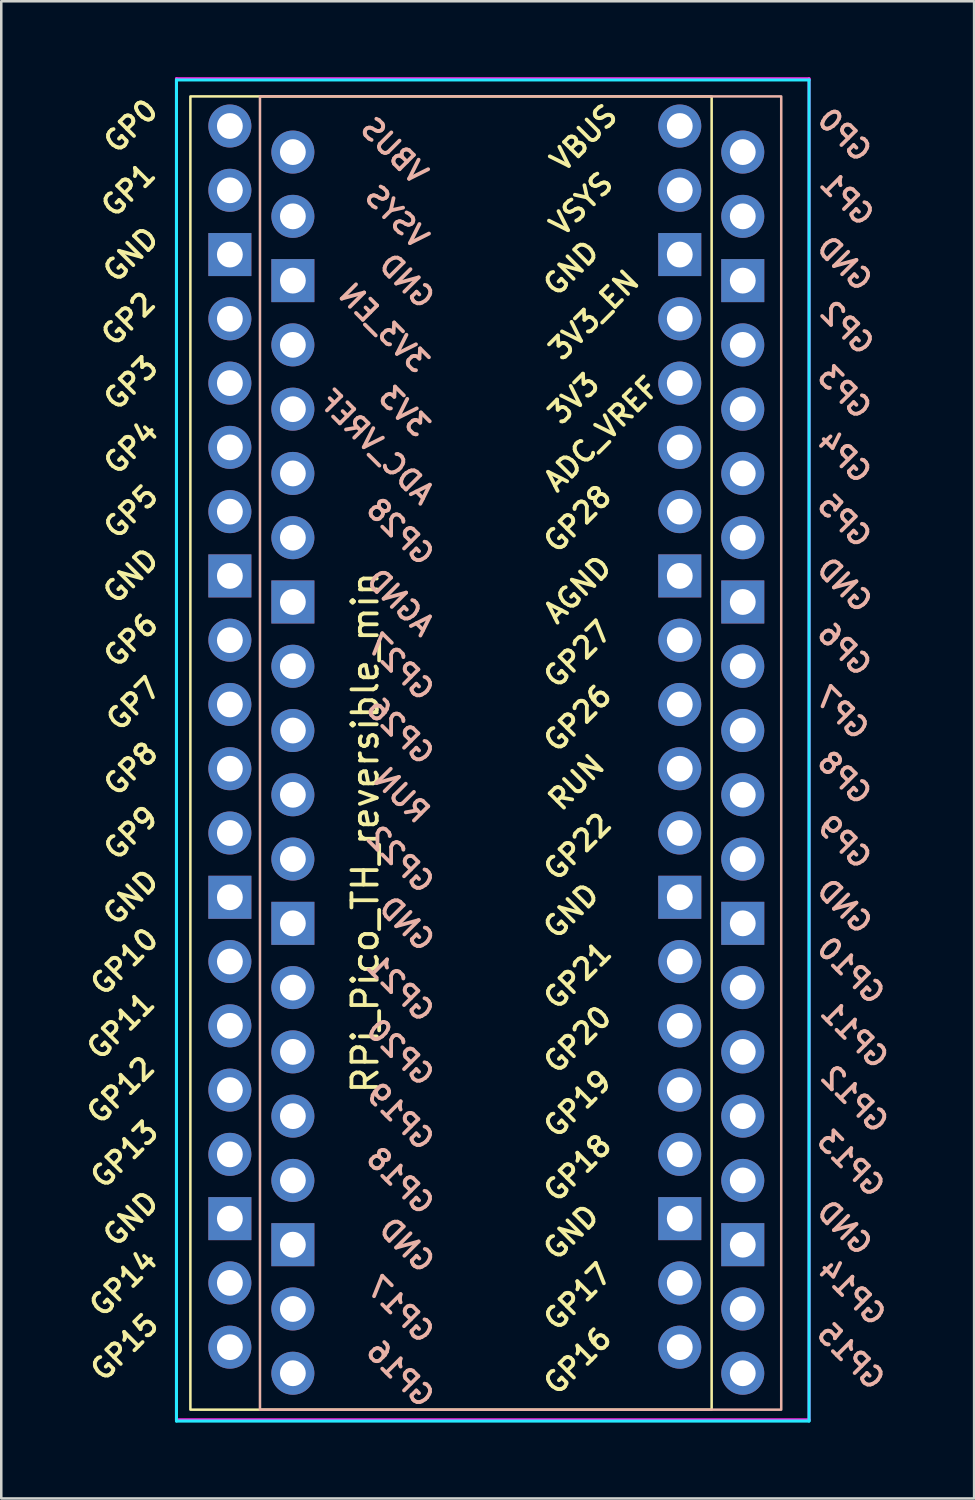
<source format=kicad_pcb>
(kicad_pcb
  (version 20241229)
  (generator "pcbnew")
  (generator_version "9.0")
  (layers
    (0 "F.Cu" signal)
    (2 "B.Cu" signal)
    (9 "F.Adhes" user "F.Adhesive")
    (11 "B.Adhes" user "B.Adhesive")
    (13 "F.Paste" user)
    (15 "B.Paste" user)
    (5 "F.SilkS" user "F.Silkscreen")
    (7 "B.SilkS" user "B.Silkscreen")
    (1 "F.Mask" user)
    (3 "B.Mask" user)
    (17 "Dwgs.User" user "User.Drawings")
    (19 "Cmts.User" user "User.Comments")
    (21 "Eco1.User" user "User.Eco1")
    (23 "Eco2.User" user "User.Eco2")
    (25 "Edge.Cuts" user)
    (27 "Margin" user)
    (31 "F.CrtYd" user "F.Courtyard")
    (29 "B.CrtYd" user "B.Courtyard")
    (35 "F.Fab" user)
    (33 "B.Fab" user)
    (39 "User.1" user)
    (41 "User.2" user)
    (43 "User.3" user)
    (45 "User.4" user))
  (footprint "RPi_Pico_TH_reversible_min"
    (layer "F.Cu")
    (at 14.924 26.06)
    (property "Reference" "RPi_Pico_TH_reversible_min" (at -3.54 3.8 90) (layer "F.SilkS") (effects (font (size 1 1) (thickness 0.15))))
    (attr through_hole)
    (fp_rect (start -10.45 -25.3) (end 10.15 26.6) (stroke (width 0.1) (type default)) (fill no) (layer "F.SilkS"))
    (fp_rect (start -7.7 -25.3) (end 12.9 26.6) (stroke (width 0.1) (type default)) (fill no) (layer "B.SilkS"))
    (fp_line (start -11 -25.95) (end 14 -25.95) (stroke (width 0.12) (type solid)) (layer "B.CrtYd"))
    (fp_line (start -11 27.05) (end -11 -25.95) (stroke (width 0.12) (type solid)) (layer "B.CrtYd"))
    (fp_line (start 14 27.05) (end -11 27.05) (stroke (width 0.12) (type solid)) (layer "B.CrtYd"))
    (fp_line (start 14 27.05) (end 14 -25.95) (stroke (width 0.12) (type solid)) (layer "B.CrtYd"))
    (fp_line (start -11 -26) (end 14 -26) (stroke (width 0.12) (type solid)) (layer "F.CrtYd"))
    (fp_line (start -11 27) (end -11 -26) (stroke (width 0.12) (type solid)) (layer "F.CrtYd"))
    (fp_line (start 14 27) (end -11 27) (stroke (width 0.12) (type solid)) (layer "F.CrtYd"))
    (fp_line (start 14 27) (end 14 -26) (stroke (width 0.12) (type solid)) (layer "F.CrtYd"))
    (fp_text user "GP8" (at -12.8 1.27 45) (layer "F.SilkS") (effects (font (size 0.8 0.8) (thickness 0.15))))
    (fp_text user "GP6" (at -12.8 -3.81 45) (layer "F.SilkS") (effects (font (size 0.8 0.8) (thickness 0.15))))
    (fp_text user "GP11" (at -13.2 11.43 45) (layer "F.SilkS") (effects (font (size 0.8 0.8) (thickness 0.15))))
    (fp_text user "GP22" (at 4.854 4.35 45) (layer "F.SilkS") (effects (font (size 0.8 0.8) (thickness 0.15))))
    (fp_text user "GP9" (at -12.8 3.81 45) (layer "F.SilkS") (effects (font (size 0.8 0.8) (thickness 0.15))))
    (fp_text user "GND" (at -12.8 6.35 45) (layer "F.SilkS") (effects (font (size 0.8 0.8) (thickness 0.15))))
    (fp_text user "VSYS" (at 5 -21.05 45) (layer "F.SilkS") (effects (font (size 0.8 0.8) (thickness 0.15))))
    (fp_text user "3V3" (at 4.7 -13.36 45) (layer "F.SilkS") (effects (font (size 0.8 0.8) (thickness 0.15))))
    (fp_text user "GP27" (at 4.854 -3.26 45) (layer "F.SilkS") (effects (font (size 0.8 0.8) (thickness 0.15))))
    (fp_text user "GP20" (at 4.854 11.97 45) (layer "F.SilkS") (effects (font (size 0.8 0.8) (thickness 0.15))))
    (fp_text user "GND" (at -12.8 -6.35 45) (layer "F.SilkS") (effects (font (size 0.8 0.8) (thickness 0.15))))
    (fp_text user "GP7" (at -12.7 -1.3 45) (layer "F.SilkS") (effects (font (size 0.8 0.8) (thickness 0.15))))
    (fp_text user "GP13" (at -13.054 16.51 45) (layer "F.SilkS") (effects (font (size 0.8 0.8) (thickness 0.15))))
    (fp_text user "3V3_EN" (at 5.5 -16.66 45) (layer "F.SilkS") (effects (font (size 0.8 0.8) (thickness 0.15))))
    (fp_text user "GND" (at 4.6 -18.51 45) (layer "F.SilkS") (effects (font (size 0.8 0.8) (thickness 0.15))))
    (fp_text user "ADC_VREF" (at 5.8 -11.96 45) (layer "F.SilkS") (effects (font (size 0.8 0.8) (thickness 0.15))))
    (fp_text user "GP19" (at 4.854 14.51 45) (layer "F.SilkS") (effects (font (size 0.8 0.8) (thickness 0.15))))
    (fp_text user "GP10" (at -13.054 8.89 45) (layer "F.SilkS") (effects (font (size 0.8 0.8) (thickness 0.15))))
    (fp_text user "AGND" (at 4.854 -5.81 45) (layer "F.SilkS") (effects (font (size 0.8 0.8) (thickness 0.15))))
    (fp_text user "RUN" (at 4.8 1.81 45) (layer "F.SilkS") (effects (font (size 0.8 0.8) (thickness 0.15))))
    (fp_text user "GP28" (at 4.854 -8.604 45) (layer "F.SilkS") (effects (font (size 0.8 0.8) (thickness 0.15))))
    (fp_text user "GP18" (at 4.854 17.05 45) (layer "F.SilkS") (effects (font (size 0.8 0.8) (thickness 0.15))))
    (fp_text user "GP15" (at -13.054 24.13 45) (layer "F.SilkS") (effects (font (size 0.8 0.8) (thickness 0.15))))
    (fp_text user "GP12" (at -13.2 13.97 45) (layer "F.SilkS") (effects (font (size 0.8 0.8) (thickness 0.15))))
    (fp_text user "GP21" (at 4.854 9.44 45) (layer "F.SilkS") (effects (font (size 0.8 0.8) (thickness 0.15))))
    (fp_text user "GP4" (at -12.8 -11.43 45) (layer "F.SilkS") (effects (font (size 0.8 0.8) (thickness 0.15))))
    (fp_text user "GND" (at -12.8 -19.05 45) (layer "F.SilkS") (effects (font (size 0.8 0.8) (thickness 0.15))))
    (fp_text user "GP0" (at -12.8 -24.13 45) (layer "F.SilkS") (effects (font (size 0.8 0.8) (thickness 0.15))))
    (fp_text user "GP17" (at 4.854 22.13 45) (layer "F.SilkS") (effects (font (size 0.8 0.8) (thickness 0.15))))
    (fp_text user "GP1" (at -12.9 -21.6 45) (layer "F.SilkS") (effects (font (size 0.8 0.8) (thickness 0.15))))
    (fp_text user "GP26" (at 4.854 -0.73 45) (layer "F.SilkS") (effects (font (size 0.8 0.8) (thickness 0.15))))
    (fp_text user "VBUS" (at 5.1 -23.66 45) (layer "F.SilkS") (effects (font (size 0.8 0.8) (thickness 0.15))))
    (fp_text user "GP14" (at -13.1 21.59 45) (layer "F.SilkS") (effects (font (size 0.8 0.8) (thickness 0.15))))
    (fp_text user "GND" (at -12.8 19.05 45) (layer "F.SilkS") (effects (font (size 0.8 0.8) (thickness 0.15))))
    (fp_text user "GP2" (at -12.9 -16.51 45) (layer "F.SilkS") (effects (font (size 0.8 0.8) (thickness 0.15))))
    (fp_text user "GND" (at 4.6 19.59 45) (layer "F.SilkS") (effects (font (size 0.8 0.8) (thickness 0.15))))
    (fp_text user "GP3" (at -12.8 -13.97 45) (layer "F.SilkS") (effects (font (size 0.8 0.8) (thickness 0.15))))
    (fp_text user "GP5" (at -12.8 -8.89 45) (layer "F.SilkS") (effects (font (size 0.8 0.8) (thickness 0.15))))
    (fp_text user "GND" (at 4.6 6.89 45) (layer "F.SilkS") (effects (font (size 0.8 0.8) (thickness 0.15))))
    (fp_text user "GP16" (at 4.854 24.67 45) (layer "F.SilkS") (effects (font (size 0.8 0.8) (thickness 0.15))))
    (fp_text user "GND" (at 15.4 19.41 315) (layer "B.SilkS") (effects (font (size 0.8 0.8) (thickness 0.15)) (justify mirror)))
    (fp_text user "VBUS" (at -2.4 -23.15 315) (layer "B.SilkS") (effects (font (size 0.8 0.8) (thickness 0.15)) (justify mirror)))
    (fp_text user "GP13" (at 15.654 16.87 315) (layer "B.SilkS") (effects (font (size 0.8 0.8) (thickness 0.15)) (justify mirror)))
    (fp_text user "GP17" (at -2.154 22.64 315) (layer "B.SilkS") (effects (font (size 0.8 0.8) (thickness 0.15)) (justify mirror)))
    (fp_text user "GP8" (at 15.4 1.63 315) (layer "B.SilkS") (effects (font (size 0.8 0.8) (thickness 0.15)) (justify mirror)))
    (fp_text user "GP16" (at -2.154 25.18 315) (layer "B.SilkS") (effects (font (size 0.8 0.8) (thickness 0.15)) (justify mirror)))
    (fp_text user "GP11" (at 15.8 11.79 315) (layer "B.SilkS") (effects (font (size 0.8 0.8) (thickness 0.15)) (justify mirror)))
    (fp_text user "GP9" (at 15.4 4.17 315) (layer "B.SilkS") (effects (font (size 0.8 0.8) (thickness 0.15)) (justify mirror)))
    (fp_text user "AGND" (at -2.154 -5.3 315) (layer "B.SilkS") (effects (font (size 0.8 0.8) (thickness 0.15)) (justify mirror)))
    (fp_text user "GP5" (at 15.4 -8.53 315) (layer "B.SilkS") (effects (font (size 0.8 0.8) (thickness 0.15)) (justify mirror)))
    (fp_text user "GND" (at 15.4 6.71 315) (layer "B.SilkS") (effects (font (size 0.8 0.8) (thickness 0.15)) (justify mirror)))
    (fp_text user "GP27" (at -2.154 -2.75 315) (layer "B.SilkS") (effects (font (size 0.8 0.8) (thickness 0.15)) (justify mirror)))
    (fp_text user "GP4" (at 15.4 -11.07 315) (layer "B.SilkS") (effects (font (size 0.8 0.8) (thickness 0.15)) (justify mirror)))
    (fp_text user "GP10" (at 15.654 9.25 315) (layer "B.SilkS") (effects (font (size 0.8 0.8) (thickness 0.15)) (justify mirror)))
    (fp_text user "RUN" (at -2.1 2.32 315) (layer "B.SilkS") (effects (font (size 0.8 0.8) (thickness 0.15)) (justify mirror)))
    (fp_text user "GP2" (at 15.5 -16.15 315) (layer "B.SilkS") (effects (font (size 0.8 0.8) (thickness 0.15)) (justify mirror)))
    (fp_text user "GP7" (at 15.3 -0.94 315) (layer "B.SilkS") (effects (font (size 0.8 0.8) (thickness 0.15)) (justify mirror)))
    (fp_text user "GND" (at -1.9 20.1 315) (layer "B.SilkS") (effects (font (size 0.8 0.8) (thickness 0.15)) (justify mirror)))
    (fp_text user "GP28" (at -2.154 -8.094 315) (layer "B.SilkS") (effects (font (size 0.8 0.8) (thickness 0.15)) (justify mirror)))
    (fp_text user "GP22" (at -2.154 4.86 315) (layer "B.SilkS") (effects (font (size 0.8 0.8) (thickness 0.15)) (justify mirror)))
    (fp_text user "GND" (at 15.4 -5.99 315) (layer "B.SilkS") (effects (font (size 0.8 0.8) (thickness 0.15)) (justify mirror)))
    (fp_text user "GND" (at 15.4 -18.69 315) (layer "B.SilkS") (effects (font (size 0.8 0.8) (thickness 0.15)) (justify mirror)))
    (fp_text user "GP19" (at -2.154 15.02 315) (layer "B.SilkS") (effects (font (size 0.8 0.8) (thickness 0.15)) (justify mirror)))
    (fp_text user "GP12" (at 15.8 14.33 315) (layer "B.SilkS") (effects (font (size 0.8 0.8) (thickness 0.15)) (justify mirror)))
    (fp_text user "3V3_EN" (at -2.8 -16.15 315) (layer "B.SilkS") (effects (font (size 0.8 0.8) (thickness 0.15)) (justify mirror)))
    (fp_text user "GP15" (at 15.654 24.49 315) (layer "B.SilkS") (effects (font (size 0.8 0.8) (thickness 0.15)) (justify mirror)))
    (fp_text user "3V3" (at -2 -12.85 315) (layer "B.SilkS") (effects (font (size 0.8 0.8) (thickness 0.15)) (justify mirror)))
    (fp_text user "GP1" (at 15.5 -21.24 315) (layer "B.SilkS") (effects (font (size 0.8 0.8) (thickness 0.15)) (justify mirror)))
    (fp_text user "ADC_VREF" (at -3.1 -11.45 315) (layer "B.SilkS") (effects (font (size 0.8 0.8) (thickness 0.15)) (justify mirror)))
    (fp_text user "GP18" (at -2.154 17.56 315) (layer "B.SilkS") (effects (font (size 0.8 0.8) (thickness 0.15)) (justify mirror)))
    (fp_text user "GP14" (at 15.7 21.95 315) (layer "B.SilkS") (effects (font (size 0.8 0.8) (thickness 0.15)) (justify mirror)))
    (fp_text user "GND" (at -1.9 7.4 315) (layer "B.SilkS") (effects (font (size 0.8 0.8) (thickness 0.15)) (justify mirror)))
    (fp_text user "GP20" (at -2.154 12.48 315) (layer "B.SilkS") (effects (font (size 0.8 0.8) (thickness 0.15)) (justify mirror)))
    (fp_text user "GND" (at -1.9 -18 315) (layer "B.SilkS") (effects (font (size 0.8 0.8) (thickness 0.15)) (justify mirror)))
    (fp_text user "VSYS" (at -2.3 -20.54 315) (layer "B.SilkS") (effects (font (size 0.8 0.8) (thickness 0.15)) (justify mirror)))
    (fp_text user "GP21" (at -2.154 9.95 315) (layer "B.SilkS") (effects (font (size 0.8 0.8) (thickness 0.15)) (justify mirror)))
    (fp_text user "GP26" (at -2.154 -0.22 315) (layer "B.SilkS") (effects (font (size 0.8 0.8) (thickness 0.15)) (justify mirror)))
    (fp_text user "GP0" (at 15.4 -23.77 315) (layer "B.SilkS") (effects (font (size 0.8 0.8) (thickness 0.15)) (justify mirror)))
    (fp_text user "GP3" (at 15.4 -13.61 315) (layer "B.SilkS") (effects (font (size 0.8 0.8) (thickness 0.15)) (justify mirror)))
    (fp_text user "GP6" (at 15.4 -3.45 315) (layer "B.SilkS") (effects (font (size 0.8 0.8) (thickness 0.15)) (justify mirror)))
    (pad "1" thru_hole oval (at -8.89 -24.13) (size 1.7 1.7) (drill 1.02) (layers "*.Cu" "*.Mask"))
    (pad "1" thru_hole oval (at 11.38 -23.1) (size 1.7 1.7) (drill 1.02) (layers "*.Cu" "*.Mask"))
    (pad "2" thru_hole oval (at -8.89 -21.59) (size 1.7 1.7) (drill 1.02) (layers "*.Cu" "*.Mask"))
    (pad "2" thru_hole oval (at 11.38 -20.56) (size 1.7 1.7) (drill 1.02) (layers "*.Cu" "*.Mask"))
    (pad "3" thru_hole rect (at -8.89 -19.05) (size 1.7 1.7) (drill 1.02) (layers "*.Cu" "*.Mask"))
    (pad "3" thru_hole rect (at 11.38 -18.02) (size 1.7 1.7) (drill 1.02) (layers "*.Cu" "*.Mask"))
    (pad "4" thru_hole oval (at -8.89 -16.51) (size 1.7 1.7) (drill 1.02) (layers "*.Cu" "*.Mask"))
    (pad "4" thru_hole oval (at 11.38 -15.48) (size 1.7 1.7) (drill 1.02) (layers "*.Cu" "*.Mask"))
    (pad "5" thru_hole oval (at -8.89 -13.97) (size 1.7 1.7) (drill 1.02) (layers "*.Cu" "*.Mask"))
    (pad "5" thru_hole oval (at 11.38 -12.94) (size 1.7 1.7) (drill 1.02) (layers "*.Cu" "*.Mask"))
    (pad "6" thru_hole oval (at -8.89 -11.43) (size 1.7 1.7) (drill 1.02) (layers "*.Cu" "*.Mask"))
    (pad "6" thru_hole oval (at 11.38 -10.4) (size 1.7 1.7) (drill 1.02) (layers "*.Cu" "*.Mask"))
    (pad "7" thru_hole oval (at -8.89 -8.89) (size 1.7 1.7) (drill 1.02) (layers "*.Cu" "*.Mask"))
    (pad "7" thru_hole oval (at 11.38 -7.86) (size 1.7 1.7) (drill 1.02) (layers "*.Cu" "*.Mask"))
    (pad "8" thru_hole rect (at -8.89 -6.35) (size 1.7 1.7) (drill 1.02) (layers "*.Cu" "*.Mask"))
    (pad "8" thru_hole rect (at 11.38 -5.32) (size 1.7 1.7) (drill 1.02) (layers "*.Cu" "*.Mask"))
    (pad "9" thru_hole oval (at -8.89 -3.81) (size 1.7 1.7) (drill 1.02) (layers "*.Cu" "*.Mask"))
    (pad "9" thru_hole oval (at 11.38 -2.78) (size 1.7 1.7) (drill 1.02) (layers "*.Cu" "*.Mask"))
    (pad "10" thru_hole oval (at -8.89 -1.27) (size 1.7 1.7) (drill 1.02) (layers "*.Cu" "*.Mask"))
    (pad "10" thru_hole oval (at 11.38 -0.24) (size 1.7 1.7) (drill 1.02) (layers "*.Cu" "*.Mask"))
    (pad "11" thru_hole oval (at -8.89 1.27) (size 1.7 1.7) (drill 1.02) (layers "*.Cu" "*.Mask"))
    (pad "11" thru_hole oval (at 11.38 2.3) (size 1.7 1.7) (drill 1.02) (layers "*.Cu" "*.Mask"))
    (pad "12" thru_hole oval (at -8.89 3.81) (size 1.7 1.7) (drill 1.02) (layers "*.Cu" "*.Mask"))
    (pad "12" thru_hole oval (at 11.38 4.84) (size 1.7 1.7) (drill 1.02) (layers "*.Cu" "*.Mask"))
    (pad "13" thru_hole rect (at -8.89 6.35) (size 1.7 1.7) (drill 1.02) (layers "*.Cu" "*.Mask"))
    (pad "13" thru_hole rect (at 11.38 7.38) (size 1.7 1.7) (drill 1.02) (layers "*.Cu" "*.Mask"))
    (pad "14" thru_hole oval (at -8.89 8.89) (size 1.7 1.7) (drill 1.02) (layers "*.Cu" "*.Mask"))
    (pad "14" thru_hole oval (at 11.38 9.92) (size 1.7 1.7) (drill 1.02) (layers "*.Cu" "*.Mask"))
    (pad "15" thru_hole oval (at -8.89 11.43) (size 1.7 1.7) (drill 1.02) (layers "*.Cu" "*.Mask"))
    (pad "15" thru_hole oval (at 11.38 12.46) (size 1.7 1.7) (drill 1.02) (layers "*.Cu" "*.Mask"))
    (pad "16" thru_hole oval (at -8.89 13.97) (size 1.7 1.7) (drill 1.02) (layers "*.Cu" "*.Mask"))
    (pad "16" thru_hole oval (at 11.38 15) (size 1.7 1.7) (drill 1.02) (layers "*.Cu" "*.Mask"))
    (pad "17" thru_hole oval (at -8.89 16.51) (size 1.7 1.7) (drill 1.02) (layers "*.Cu" "*.Mask"))
    (pad "17" thru_hole oval (at 11.38 17.54) (size 1.7 1.7) (drill 1.02) (layers "*.Cu" "*.Mask"))
    (pad "18" thru_hole rect (at -8.89 19.05) (size 1.7 1.7) (drill 1.02) (layers "*.Cu" "*.Mask"))
    (pad "18" thru_hole rect (at 11.38 20.08) (size 1.7 1.7) (drill 1.02) (layers "*.Cu" "*.Mask"))
    (pad "19" thru_hole oval (at -8.89 21.59) (size 1.7 1.7) (drill 1.02) (layers "*.Cu" "*.Mask"))
    (pad "19" thru_hole oval (at 11.38 22.62) (size 1.7 1.7) (drill 1.02) (layers "*.Cu" "*.Mask"))
    (pad "20" thru_hole oval (at -8.89 24.13) (size 1.7 1.7) (drill 1.02) (layers "*.Cu" "*.Mask"))
    (pad "20" thru_hole oval (at 11.38 25.16) (size 1.7 1.7) (drill 1.02) (layers "*.Cu" "*.Mask"))
    (pad "21" thru_hole oval (at -6.4 25.16) (size 1.7 1.7) (drill 1.02) (layers "*.Cu" "*.Mask"))
    (pad "21" thru_hole oval (at 8.89 24.13) (size 1.7 1.7) (drill 1.02) (layers "*.Cu" "*.Mask"))
    (pad "22" thru_hole oval (at -6.4 22.62) (size 1.7 1.7) (drill 1.02) (layers "*.Cu" "*.Mask"))
    (pad "22" thru_hole oval (at 8.89 21.59) (size 1.7 1.7) (drill 1.02) (layers "*.Cu" "*.Mask"))
    (pad "23" thru_hole rect (at -6.4 20.08) (size 1.7 1.7) (drill 1.02) (layers "*.Cu" "*.Mask"))
    (pad "23" thru_hole rect (at 8.89 19.05) (size 1.7 1.7) (drill 1.02) (layers "*.Cu" "*.Mask"))
    (pad "24" thru_hole oval (at -6.4 17.54) (size 1.7 1.7) (drill 1.02) (layers "*.Cu" "*.Mask"))
    (pad "24" thru_hole oval (at 8.89 16.51) (size 1.7 1.7) (drill 1.02) (layers "*.Cu" "*.Mask"))
    (pad "25" thru_hole oval (at -6.4 15) (size 1.7 1.7) (drill 1.02) (layers "*.Cu" "*.Mask"))
    (pad "25" thru_hole oval (at 8.89 13.97) (size 1.7 1.7) (drill 1.02) (layers "*.Cu" "*.Mask"))
    (pad "26" thru_hole oval (at -6.4 12.46) (size 1.7 1.7) (drill 1.02) (layers "*.Cu" "*.Mask"))
    (pad "26" thru_hole oval (at 8.89 11.43) (size 1.7 1.7) (drill 1.02) (layers "*.Cu" "*.Mask"))
    (pad "27" thru_hole oval (at -6.4 9.92) (size 1.7 1.7) (drill 1.02) (layers "*.Cu" "*.Mask"))
    (pad "27" thru_hole oval (at 8.89 8.89) (size 1.7 1.7) (drill 1.02) (layers "*.Cu" "*.Mask"))
    (pad "28" thru_hole rect (at -6.4 7.38) (size 1.7 1.7) (drill 1.02) (layers "*.Cu" "*.Mask"))
    (pad "28" thru_hole rect (at 8.89 6.35) (size 1.7 1.7) (drill 1.02) (layers "*.Cu" "*.Mask"))
    (pad "29" thru_hole oval (at -6.4 4.84) (size 1.7 1.7) (drill 1.02) (layers "*.Cu" "*.Mask"))
    (pad "29" thru_hole oval (at 8.89 3.81) (size 1.7 1.7) (drill 1.02) (layers "*.Cu" "*.Mask"))
    (pad "30" thru_hole oval (at -6.4 2.3) (size 1.7 1.7) (drill 1.02) (layers "*.Cu" "*.Mask"))
    (pad "30" thru_hole oval (at 8.89 1.27) (size 1.7 1.7) (drill 1.02) (layers "*.Cu" "*.Mask"))
    (pad "31" thru_hole oval (at -6.4 -0.24) (size 1.7 1.7) (drill 1.02) (layers "*.Cu" "*.Mask"))
    (pad "31" thru_hole oval (at 8.89 -1.27) (size 1.7 1.7) (drill 1.02) (layers "*.Cu" "*.Mask"))
    (pad "32" thru_hole oval (at -6.4 -2.78) (size 1.7 1.7) (drill 1.02) (layers "*.Cu" "*.Mask"))
    (pad "32" thru_hole oval (at 8.89 -3.81) (size 1.7 1.7) (drill 1.02) (layers "*.Cu" "*.Mask"))
    (pad "33" thru_hole rect (at -6.4 -5.32) (size 1.7 1.7) (drill 1.02) (layers "*.Cu" "*.Mask"))
    (pad "33" thru_hole rect (at 8.89 -6.35) (size 1.7 1.7) (drill 1.02) (layers "*.Cu" "*.Mask"))
    (pad "34" thru_hole oval (at -6.4 -7.86) (size 1.7 1.7) (drill 1.02) (layers "*.Cu" "*.Mask"))
    (pad "34" thru_hole oval (at 8.89 -8.89) (size 1.7 1.7) (drill 1.02) (layers "*.Cu" "*.Mask"))
    (pad "35" thru_hole oval (at -6.4 -10.4) (size 1.7 1.7) (drill 1.02) (layers "*.Cu" "*.Mask"))
    (pad "35" thru_hole oval (at 8.89 -11.43) (size 1.7 1.7) (drill 1.02) (layers "*.Cu" "*.Mask"))
    (pad "36" thru_hole oval (at -6.4 -12.94) (size 1.7 1.7) (drill 1.02) (layers "*.Cu" "*.Mask"))
    (pad "36" thru_hole oval (at 8.89 -13.97) (size 1.7 1.7) (drill 1.02) (layers "*.Cu" "*.Mask"))
    (pad "37" thru_hole oval (at -6.4 -15.48) (size 1.7 1.7) (drill 1.02) (layers "*.Cu" "*.Mask"))
    (pad "37" thru_hole oval (at 8.89 -16.51) (size 1.7 1.7) (drill 1.02) (layers "*.Cu" "*.Mask"))
    (pad "38" thru_hole rect (at -6.4 -18.02) (size 1.7 1.7) (drill 1.02) (layers "*.Cu" "*.Mask"))
    (pad "38" thru_hole rect (at 8.89 -19.05) (size 1.7 1.7) (drill 1.02) (layers "*.Cu" "*.Mask"))
    (pad "39" thru_hole oval (at -6.4 -20.56) (size 1.7 1.7) (drill 1.02) (layers "*.Cu" "*.Mask"))
    (pad "39" thru_hole oval (at 8.89 -21.59) (size 1.7 1.7) (drill 1.02) (layers "*.Cu" "*.Mask"))
    (pad "40" thru_hole oval (at -6.4 -23.1) (size 1.7 1.7) (drill 1.02) (layers "*.Cu" "*.Mask"))
    (pad "40" thru_hole oval (at 8.89 -24.13) (size 1.7 1.7) (drill 1.02) (layers "*.Cu" "*.Mask")))
  (gr_rect
    (start -3 -3)
    (end 35.448 56.17)
    (stroke (width 0.1) (type default))
    (fill no)
    (layer "Edge.Cuts")))
</source>
